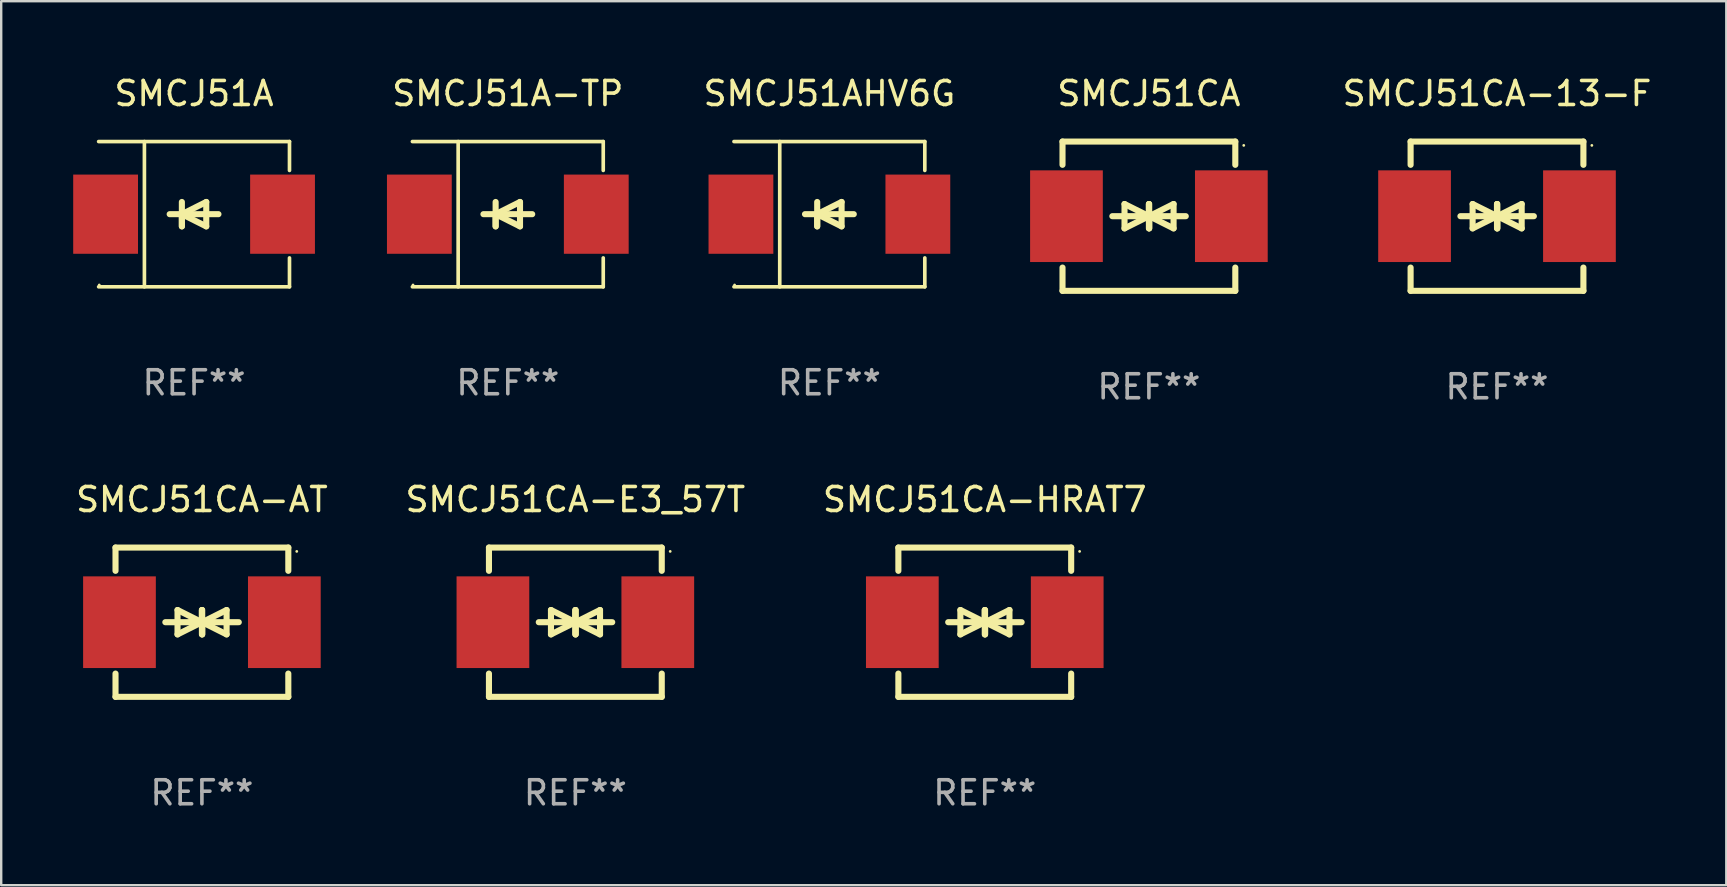
<source format=kicad_pcb>
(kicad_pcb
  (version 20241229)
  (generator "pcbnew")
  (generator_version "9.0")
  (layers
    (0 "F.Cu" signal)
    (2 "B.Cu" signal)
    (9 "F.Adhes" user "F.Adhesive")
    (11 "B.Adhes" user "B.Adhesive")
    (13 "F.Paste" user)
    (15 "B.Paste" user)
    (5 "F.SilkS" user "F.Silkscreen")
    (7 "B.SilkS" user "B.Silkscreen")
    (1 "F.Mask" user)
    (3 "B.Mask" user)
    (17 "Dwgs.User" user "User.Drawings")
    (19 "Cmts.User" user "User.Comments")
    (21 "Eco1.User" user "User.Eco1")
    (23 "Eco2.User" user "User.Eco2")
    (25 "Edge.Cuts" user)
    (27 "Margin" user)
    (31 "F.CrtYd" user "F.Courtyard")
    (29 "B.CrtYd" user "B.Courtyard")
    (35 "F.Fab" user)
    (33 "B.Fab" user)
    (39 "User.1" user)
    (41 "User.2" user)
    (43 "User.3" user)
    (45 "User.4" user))
  (footprint "SMCJ51CA-HRAT7"
    (layer "F.Cu")
    (at 37.982 22.875)
    (property "Reference" "SMCJ51CA-HRAT7" (at 0 -5.11 0) (layer "F.SilkS") (effects (font (size 1 1) (thickness 0.15))))
    (attr through_hole)
    (fp_line (start -3.6 -2.141) (end -3.6 -3.11) (stroke (width 0.254) (type solid)) (layer "F.SilkS"))
    (fp_line (start -3.6 3.11) (end -3.6 2.141) (stroke (width 0.254) (type solid)) (layer "F.SilkS"))
    (fp_line (start -1.524 0) (end 0.508 0) (stroke (width 0.254) (type solid)) (layer "F.SilkS"))
    (fp_line (start -1.016 -0.508) (end -1.016 0.508) (stroke (width 0.254) (type solid)) (layer "F.SilkS"))
    (fp_line (start -1.016 0.508) (end 0 0) (stroke (width 0.254) (type solid)) (layer "F.SilkS"))
    (fp_line (start 0 -0.508) (end 0 0.508) (stroke (width 0.254) (type solid)) (layer "F.SilkS"))
    (fp_line (start 0 0) (end -1.016 -0.508) (stroke (width 0.254) (type solid)) (layer "F.SilkS"))
    (fp_line (start 0 0) (end 0 -0.508) (stroke (width 0.254) (type solid)) (layer "F.SilkS"))
    (fp_line (start 0.012 0) (end 0.012 0.508) (stroke (width 0.254) (type solid)) (layer "F.SilkS"))
    (fp_line (start 0.012 0) (end 1.028 0.508) (stroke (width 0.254) (type solid)) (layer "F.SilkS"))
    (fp_line (start 0.012 0.508) (end 0.012 -0.508) (stroke (width 0.254) (type solid)) (layer "F.SilkS"))
    (fp_line (start 1.028 -0.508) (end 0.012 0) (stroke (width 0.254) (type solid)) (layer "F.SilkS"))
    (fp_line (start 1.028 0.508) (end 1.028 -0.508) (stroke (width 0.254) (type solid)) (layer "F.SilkS"))
    (fp_line (start 1.536 0) (end -0.496 0) (stroke (width 0.254) (type solid)) (layer "F.SilkS"))
    (fp_line (start 3.6 -3.11) (end -3.6 -3.11) (stroke (width 0.254) (type solid)) (layer "F.SilkS"))
    (fp_line (start 3.6 -2.141) (end 3.6 -3.11) (stroke (width 0.254) (type solid)) (layer "F.SilkS"))
    (fp_line (start 3.6 3.11) (end -3.6 3.11) (stroke (width 0.254) (type solid)) (layer "F.SilkS"))
    (fp_line (start 3.6 3.11) (end 3.6 2.141) (stroke (width 0.254) (type solid)) (layer "F.SilkS"))
    (fp_circle (center 3.952 -2.95) (end 3.982 -2.95) (stroke (width 0.06) (type solid)) (fill no) (layer "F.SilkS"))
    (fp_text user "REF**" (at 0 7.11 0) (layer "F.Fab") (effects (font (size 1 1) (thickness 0.15))))
    (pad "1" smd rect (at 3.435 0) (size 3.03 3.82) (layers "F.Cu" "F.Mask" "F.Paste"))
    (pad "2" smd rect (at -3.435 0) (size 3.03 3.82) (layers "F.Cu" "F.Mask" "F.Paste")))
  (footprint "SMCJ51CA"
    (layer "F.Cu")
    (at 44.821 5.958)
    (property "Reference" "SMCJ51CA" (at 0 -5.11 0) (layer "F.SilkS") (effects (font (size 1 1) (thickness 0.15))))
    (attr through_hole)
    (fp_line (start -3.6 -2.141) (end -3.6 -3.11) (stroke (width 0.254) (type solid)) (layer "F.SilkS"))
    (fp_line (start -3.6 3.11) (end -3.6 2.141) (stroke (width 0.254) (type solid)) (layer "F.SilkS"))
    (fp_line (start -1.524 0) (end 0.508 0) (stroke (width 0.254) (type solid)) (layer "F.SilkS"))
    (fp_line (start -1.016 -0.508) (end -1.016 0.508) (stroke (width 0.254) (type solid)) (layer "F.SilkS"))
    (fp_line (start -1.016 0.508) (end 0 0) (stroke (width 0.254) (type solid)) (layer "F.SilkS"))
    (fp_line (start 0 -0.508) (end 0 0.508) (stroke (width 0.254) (type solid)) (layer "F.SilkS"))
    (fp_line (start 0 0) (end -1.016 -0.508) (stroke (width 0.254) (type solid)) (layer "F.SilkS"))
    (fp_line (start 0 0) (end 0 -0.508) (stroke (width 0.254) (type solid)) (layer "F.SilkS"))
    (fp_line (start 0.012 0) (end 0.012 0.508) (stroke (width 0.254) (type solid)) (layer "F.SilkS"))
    (fp_line (start 0.012 0) (end 1.028 0.508) (stroke (width 0.254) (type solid)) (layer "F.SilkS"))
    (fp_line (start 0.012 0.508) (end 0.012 -0.508) (stroke (width 0.254) (type solid)) (layer "F.SilkS"))
    (fp_line (start 1.028 -0.508) (end 0.012 0) (stroke (width 0.254) (type solid)) (layer "F.SilkS"))
    (fp_line (start 1.028 0.508) (end 1.028 -0.508) (stroke (width 0.254) (type solid)) (layer "F.SilkS"))
    (fp_line (start 1.536 0) (end -0.496 0) (stroke (width 0.254) (type solid)) (layer "F.SilkS"))
    (fp_line (start 3.6 -3.11) (end -3.6 -3.11) (stroke (width 0.254) (type solid)) (layer "F.SilkS"))
    (fp_line (start 3.6 -2.141) (end 3.6 -3.11) (stroke (width 0.254) (type solid)) (layer "F.SilkS"))
    (fp_line (start 3.6 3.11) (end -3.6 3.11) (stroke (width 0.254) (type solid)) (layer "F.SilkS"))
    (fp_line (start 3.6 3.11) (end 3.6 2.141) (stroke (width 0.254) (type solid)) (layer "F.SilkS"))
    (fp_circle (center 3.952 -2.95) (end 3.982 -2.95) (stroke (width 0.06) (type solid)) (fill no) (layer "F.SilkS"))
    (fp_text user "REF**" (at 0 7.11 0) (layer "F.Fab") (effects (font (size 1 1) (thickness 0.15))))
    (pad "1" smd rect (at 3.435 0) (size 3.03 3.82) (layers "F.Cu" "F.Mask" "F.Paste"))
    (pad "2" smd rect (at -3.435 0) (size 3.03 3.82) (layers "F.Cu" "F.Mask" "F.Paste")))
  (footprint "SMCJ51CA-13-F"
    (layer "F.Cu")
    (at 59.325 5.958)
    (property "Reference" "SMCJ51CA-13-F" (at 0 -5.11 0) (layer "F.SilkS") (effects (font (size 1 1) (thickness 0.15))))
    (attr through_hole)
    (fp_line (start -3.6 -2.141) (end -3.6 -3.11) (stroke (width 0.254) (type solid)) (layer "F.SilkS"))
    (fp_line (start -3.6 3.11) (end -3.6 2.141) (stroke (width 0.254) (type solid)) (layer "F.SilkS"))
    (fp_line (start -1.524 0) (end 0.508 0) (stroke (width 0.254) (type solid)) (layer "F.SilkS"))
    (fp_line (start -1.016 -0.508) (end -1.016 0.508) (stroke (width 0.254) (type solid)) (layer "F.SilkS"))
    (fp_line (start -1.016 0.508) (end 0 0) (stroke (width 0.254) (type solid)) (layer "F.SilkS"))
    (fp_line (start 0 -0.508) (end 0 0.508) (stroke (width 0.254) (type solid)) (layer "F.SilkS"))
    (fp_line (start 0 0) (end -1.016 -0.508) (stroke (width 0.254) (type solid)) (layer "F.SilkS"))
    (fp_line (start 0 0) (end 0 -0.508) (stroke (width 0.254) (type solid)) (layer "F.SilkS"))
    (fp_line (start 0.012 0) (end 0.012 0.508) (stroke (width 0.254) (type solid)) (layer "F.SilkS"))
    (fp_line (start 0.012 0) (end 1.028 0.508) (stroke (width 0.254) (type solid)) (layer "F.SilkS"))
    (fp_line (start 0.012 0.508) (end 0.012 -0.508) (stroke (width 0.254) (type solid)) (layer "F.SilkS"))
    (fp_line (start 1.028 -0.508) (end 0.012 0) (stroke (width 0.254) (type solid)) (layer "F.SilkS"))
    (fp_line (start 1.028 0.508) (end 1.028 -0.508) (stroke (width 0.254) (type solid)) (layer "F.SilkS"))
    (fp_line (start 1.536 0) (end -0.496 0) (stroke (width 0.254) (type solid)) (layer "F.SilkS"))
    (fp_line (start 3.6 -3.11) (end -3.6 -3.11) (stroke (width 0.254) (type solid)) (layer "F.SilkS"))
    (fp_line (start 3.6 -2.141) (end 3.6 -3.11) (stroke (width 0.254) (type solid)) (layer "F.SilkS"))
    (fp_line (start 3.6 3.11) (end -3.6 3.11) (stroke (width 0.254) (type solid)) (layer "F.SilkS"))
    (fp_line (start 3.6 3.11) (end 3.6 2.141) (stroke (width 0.254) (type solid)) (layer "F.SilkS"))
    (fp_circle (center 3.952 -2.95) (end 3.982 -2.95) (stroke (width 0.06) (type solid)) (fill no) (layer "F.SilkS"))
    (fp_text user "REF**" (at 0 7.11 0) (layer "F.Fab") (effects (font (size 1 1) (thickness 0.15))))
    (pad "1" smd rect (at 3.435 0) (size 3.03 3.82) (layers "F.Cu" "F.Mask" "F.Paste"))
    (pad "2" smd rect (at -3.435 0) (size 3.03 3.82) (layers "F.Cu" "F.Mask" "F.Paste")))
  (footprint "SMCJ51A"
    (layer "F.Cu")
    (at 5.036 5.874)
    (property "Reference" "SMCJ51A" (at 0 -5.026 0) (layer "F.SilkS") (effects (font (size 1 1) (thickness 0.15))))
    (attr through_hole)
    (fp_line (start -3.976 -3.026) (end 3.976 -3.026) (stroke (width 0.152) (type solid)) (layer "F.SilkS"))
    (fp_line (start -3.976 3.026) (end 3.976 3.026) (stroke (width 0.152) (type solid)) (layer "F.SilkS"))
    (fp_line (start -2.069 -3.026) (end -2.069 3.026) (stroke (width 0.152) (type solid)) (layer "F.SilkS"))
    (fp_line (start -0.508 0) (end -0.508 0.508) (stroke (width 0.254) (type solid)) (layer "F.SilkS"))
    (fp_line (start -0.508 0) (end 0.508 0.508) (stroke (width 0.254) (type solid)) (layer "F.SilkS"))
    (fp_line (start -0.508 0.508) (end -0.508 -0.508) (stroke (width 0.254) (type solid)) (layer "F.SilkS"))
    (fp_line (start 0.508 -0.508) (end -0.508 0) (stroke (width 0.254) (type solid)) (layer "F.SilkS"))
    (fp_line (start 0.508 0.508) (end 0.508 -0.508) (stroke (width 0.254) (type solid)) (layer "F.SilkS"))
    (fp_line (start 1.016 0) (end -1.016 0) (stroke (width 0.254) (type solid)) (layer "F.SilkS"))
    (fp_line (start 3.976 -3.026) (end 3.976 -1.823) (stroke (width 0.152) (type solid)) (layer "F.SilkS"))
    (fp_line (start 3.976 3.026) (end 3.976 1.823) (stroke (width 0.152) (type solid)) (layer "F.SilkS"))
    (fp_circle (center -3.95 2.95) (end -3.92 2.95) (stroke (width 0.06) (type solid)) (fill no) (layer "F.SilkS"))
    (fp_text user "REF**" (at 0 7.026 0) (layer "F.Fab") (effects (font (size 1 1) (thickness 0.15))))
    (pad "1" smd rect (at -3.686 0) (size 2.7 3.3) (layers "F.Cu" "F.Mask" "F.Paste"))
    (pad "2" smd rect (at 3.686 0) (size 2.7 3.3) (layers "F.Cu" "F.Mask" "F.Paste")))
  (footprint "SMCJ51CA-AT"
    (layer "F.Cu")
    (at 5.363 22.875)
    (property "Reference" "SMCJ51CA-AT" (at 0 -5.11 0) (layer "F.SilkS") (effects (font (size 1 1) (thickness 0.15))))
    (attr through_hole)
    (fp_line (start -3.6 -2.141) (end -3.6 -3.11) (stroke (width 0.254) (type solid)) (layer "F.SilkS"))
    (fp_line (start -3.6 3.11) (end -3.6 2.141) (stroke (width 0.254) (type solid)) (layer "F.SilkS"))
    (fp_line (start -1.524 0) (end 0.508 0) (stroke (width 0.254) (type solid)) (layer "F.SilkS"))
    (fp_line (start -1.016 -0.508) (end -1.016 0.508) (stroke (width 0.254) (type solid)) (layer "F.SilkS"))
    (fp_line (start -1.016 0.508) (end 0 0) (stroke (width 0.254) (type solid)) (layer "F.SilkS"))
    (fp_line (start 0 -0.508) (end 0 0.508) (stroke (width 0.254) (type solid)) (layer "F.SilkS"))
    (fp_line (start 0 0) (end -1.016 -0.508) (stroke (width 0.254) (type solid)) (layer "F.SilkS"))
    (fp_line (start 0 0) (end 0 -0.508) (stroke (width 0.254) (type solid)) (layer "F.SilkS"))
    (fp_line (start 0.012 0) (end 0.012 0.508) (stroke (width 0.254) (type solid)) (layer "F.SilkS"))
    (fp_line (start 0.012 0) (end 1.028 0.508) (stroke (width 0.254) (type solid)) (layer "F.SilkS"))
    (fp_line (start 0.012 0.508) (end 0.012 -0.508) (stroke (width 0.254) (type solid)) (layer "F.SilkS"))
    (fp_line (start 1.028 -0.508) (end 0.012 0) (stroke (width 0.254) (type solid)) (layer "F.SilkS"))
    (fp_line (start 1.028 0.508) (end 1.028 -0.508) (stroke (width 0.254) (type solid)) (layer "F.SilkS"))
    (fp_line (start 1.536 0) (end -0.496 0) (stroke (width 0.254) (type solid)) (layer "F.SilkS"))
    (fp_line (start 3.6 -3.11) (end -3.6 -3.11) (stroke (width 0.254) (type solid)) (layer "F.SilkS"))
    (fp_line (start 3.6 -2.141) (end 3.6 -3.11) (stroke (width 0.254) (type solid)) (layer "F.SilkS"))
    (fp_line (start 3.6 3.11) (end -3.6 3.11) (stroke (width 0.254) (type solid)) (layer "F.SilkS"))
    (fp_line (start 3.6 3.11) (end 3.6 2.141) (stroke (width 0.254) (type solid)) (layer "F.SilkS"))
    (fp_circle (center 3.952 -2.95) (end 3.982 -2.95) (stroke (width 0.06) (type solid)) (fill no) (layer "F.SilkS"))
    (fp_text user "REF**" (at 0 7.11 0) (layer "F.Fab") (effects (font (size 1 1) (thickness 0.15))))
    (pad "1" smd rect (at 3.435 0) (size 3.03 3.82) (layers "F.Cu" "F.Mask" "F.Paste"))
    (pad "2" smd rect (at -3.435 0) (size 3.03 3.82) (layers "F.Cu" "F.Mask" "F.Paste")))
  (footprint "SMCJ51A-TP"
    (layer "F.Cu")
    (at 18.109 5.874)
    (property "Reference" "SMCJ51A-TP" (at 0 -5.026 0) (layer "F.SilkS") (effects (font (size 1 1) (thickness 0.15))))
    (attr through_hole)
    (fp_line (start -3.976 -3.026) (end 3.976 -3.026) (stroke (width 0.152) (type solid)) (layer "F.SilkS"))
    (fp_line (start -3.976 3.026) (end 3.976 3.026) (stroke (width 0.152) (type solid)) (layer "F.SilkS"))
    (fp_line (start -2.069 -3.026) (end -2.069 3.026) (stroke (width 0.152) (type solid)) (layer "F.SilkS"))
    (fp_line (start -0.508 0) (end -0.508 0.508) (stroke (width 0.254) (type solid)) (layer "F.SilkS"))
    (fp_line (start -0.508 0) (end 0.508 0.508) (stroke (width 0.254) (type solid)) (layer "F.SilkS"))
    (fp_line (start -0.508 0.508) (end -0.508 -0.508) (stroke (width 0.254) (type solid)) (layer "F.SilkS"))
    (fp_line (start 0.508 -0.508) (end -0.508 0) (stroke (width 0.254) (type solid)) (layer "F.SilkS"))
    (fp_line (start 0.508 0.508) (end 0.508 -0.508) (stroke (width 0.254) (type solid)) (layer "F.SilkS"))
    (fp_line (start 1.016 0) (end -1.016 0) (stroke (width 0.254) (type solid)) (layer "F.SilkS"))
    (fp_line (start 3.976 -3.026) (end 3.976 -1.823) (stroke (width 0.152) (type solid)) (layer "F.SilkS"))
    (fp_line (start 3.976 3.026) (end 3.976 1.823) (stroke (width 0.152) (type solid)) (layer "F.SilkS"))
    (fp_circle (center -3.95 2.95) (end -3.92 2.95) (stroke (width 0.06) (type solid)) (fill no) (layer "F.SilkS"))
    (fp_text user "REF**" (at 0 7.026 0) (layer "F.Fab") (effects (font (size 1 1) (thickness 0.15))))
    (pad "1" smd rect (at -3.686 0) (size 2.7 3.3) (layers "F.Cu" "F.Mask" "F.Paste"))
    (pad "2" smd rect (at 3.686 0) (size 2.7 3.3) (layers "F.Cu" "F.Mask" "F.Paste")))
  (footprint "SMCJ51CA-E3_57T"
    (layer "F.Cu")
    (at 20.923 22.875)
    (property "Reference" "SMCJ51CA-E3_57T" (at 0 -5.11 0) (layer "F.SilkS") (effects (font (size 1 1) (thickness 0.15))))
    (attr through_hole)
    (fp_line (start -3.6 -2.141) (end -3.6 -3.11) (stroke (width 0.254) (type solid)) (layer "F.SilkS"))
    (fp_line (start -3.6 3.11) (end -3.6 2.141) (stroke (width 0.254) (type solid)) (layer "F.SilkS"))
    (fp_line (start -1.524 0) (end 0.508 0) (stroke (width 0.254) (type solid)) (layer "F.SilkS"))
    (fp_line (start -1.016 -0.508) (end -1.016 0.508) (stroke (width 0.254) (type solid)) (layer "F.SilkS"))
    (fp_line (start -1.016 0.508) (end 0 0) (stroke (width 0.254) (type solid)) (layer "F.SilkS"))
    (fp_line (start 0 -0.508) (end 0 0.508) (stroke (width 0.254) (type solid)) (layer "F.SilkS"))
    (fp_line (start 0 0) (end -1.016 -0.508) (stroke (width 0.254) (type solid)) (layer "F.SilkS"))
    (fp_line (start 0 0) (end 0 -0.508) (stroke (width 0.254) (type solid)) (layer "F.SilkS"))
    (fp_line (start 0.012 0) (end 0.012 0.508) (stroke (width 0.254) (type solid)) (layer "F.SilkS"))
    (fp_line (start 0.012 0) (end 1.028 0.508) (stroke (width 0.254) (type solid)) (layer "F.SilkS"))
    (fp_line (start 0.012 0.508) (end 0.012 -0.508) (stroke (width 0.254) (type solid)) (layer "F.SilkS"))
    (fp_line (start 1.028 -0.508) (end 0.012 0) (stroke (width 0.254) (type solid)) (layer "F.SilkS"))
    (fp_line (start 1.028 0.508) (end 1.028 -0.508) (stroke (width 0.254) (type solid)) (layer "F.SilkS"))
    (fp_line (start 1.536 0) (end -0.496 0) (stroke (width 0.254) (type solid)) (layer "F.SilkS"))
    (fp_line (start 3.6 -3.11) (end -3.6 -3.11) (stroke (width 0.254) (type solid)) (layer "F.SilkS"))
    (fp_line (start 3.6 -2.141) (end 3.6 -3.11) (stroke (width 0.254) (type solid)) (layer "F.SilkS"))
    (fp_line (start 3.6 3.11) (end -3.6 3.11) (stroke (width 0.254) (type solid)) (layer "F.SilkS"))
    (fp_line (start 3.6 3.11) (end 3.6 2.141) (stroke (width 0.254) (type solid)) (layer "F.SilkS"))
    (fp_circle (center 3.952 -2.95) (end 3.982 -2.95) (stroke (width 0.06) (type solid)) (fill no) (layer "F.SilkS"))
    (fp_text user "REF**" (at 0 7.11 0) (layer "F.Fab") (effects (font (size 1 1) (thickness 0.15))))
    (pad "1" smd rect (at 3.435 0) (size 3.03 3.82) (layers "F.Cu" "F.Mask" "F.Paste"))
    (pad "2" smd rect (at -3.435 0) (size 3.03 3.82) (layers "F.Cu" "F.Mask" "F.Paste")))
  (footprint "SMCJ51AHV6G"
    (layer "F.Cu")
    (at 31.508 5.874)
    (property "Reference" "SMCJ51AHV6G" (at 0 -5.026 0) (layer "F.SilkS") (effects (font (size 1 1) (thickness 0.15))))
    (attr through_hole)
    (fp_line (start -3.976 -3.026) (end 3.976 -3.026) (stroke (width 0.152) (type solid)) (layer "F.SilkS"))
    (fp_line (start -3.976 3.026) (end 3.976 3.026) (stroke (width 0.152) (type solid)) (layer "F.SilkS"))
    (fp_line (start -2.069 -3.026) (end -2.069 3.026) (stroke (width 0.152) (type solid)) (layer "F.SilkS"))
    (fp_line (start -0.508 0) (end -0.508 0.508) (stroke (width 0.254) (type solid)) (layer "F.SilkS"))
    (fp_line (start -0.508 0) (end 0.508 0.508) (stroke (width 0.254) (type solid)) (layer "F.SilkS"))
    (fp_line (start -0.508 0.508) (end -0.508 -0.508) (stroke (width 0.254) (type solid)) (layer "F.SilkS"))
    (fp_line (start 0.508 -0.508) (end -0.508 0) (stroke (width 0.254) (type solid)) (layer "F.SilkS"))
    (fp_line (start 0.508 0.508) (end 0.508 -0.508) (stroke (width 0.254) (type solid)) (layer "F.SilkS"))
    (fp_line (start 1.016 0) (end -1.016 0) (stroke (width 0.254) (type solid)) (layer "F.SilkS"))
    (fp_line (start 3.976 -3.026) (end 3.976 -1.823) (stroke (width 0.152) (type solid)) (layer "F.SilkS"))
    (fp_line (start 3.976 3.026) (end 3.976 1.823) (stroke (width 0.152) (type solid)) (layer "F.SilkS"))
    (fp_circle (center -3.95 2.95) (end -3.92 2.95) (stroke (width 0.06) (type solid)) (fill no) (layer "F.SilkS"))
    (fp_text user "REF**" (at 0 7.026 0) (layer "F.Fab") (effects (font (size 1 1) (thickness 0.15))))
    (pad "1" smd rect (at -3.686 0) (size 2.7 3.3) (layers "F.Cu" "F.Mask" "F.Paste"))
    (pad "2" smd rect (at 3.686 0) (size 2.7 3.3) (layers "F.Cu" "F.Mask" "F.Paste")))
  (gr_rect
    (start -3 -3)
    (end 68.879 33.833)
    (stroke (width 0.1) (type default))
    (fill no)
    (layer "Edge.Cuts")))
</source>
